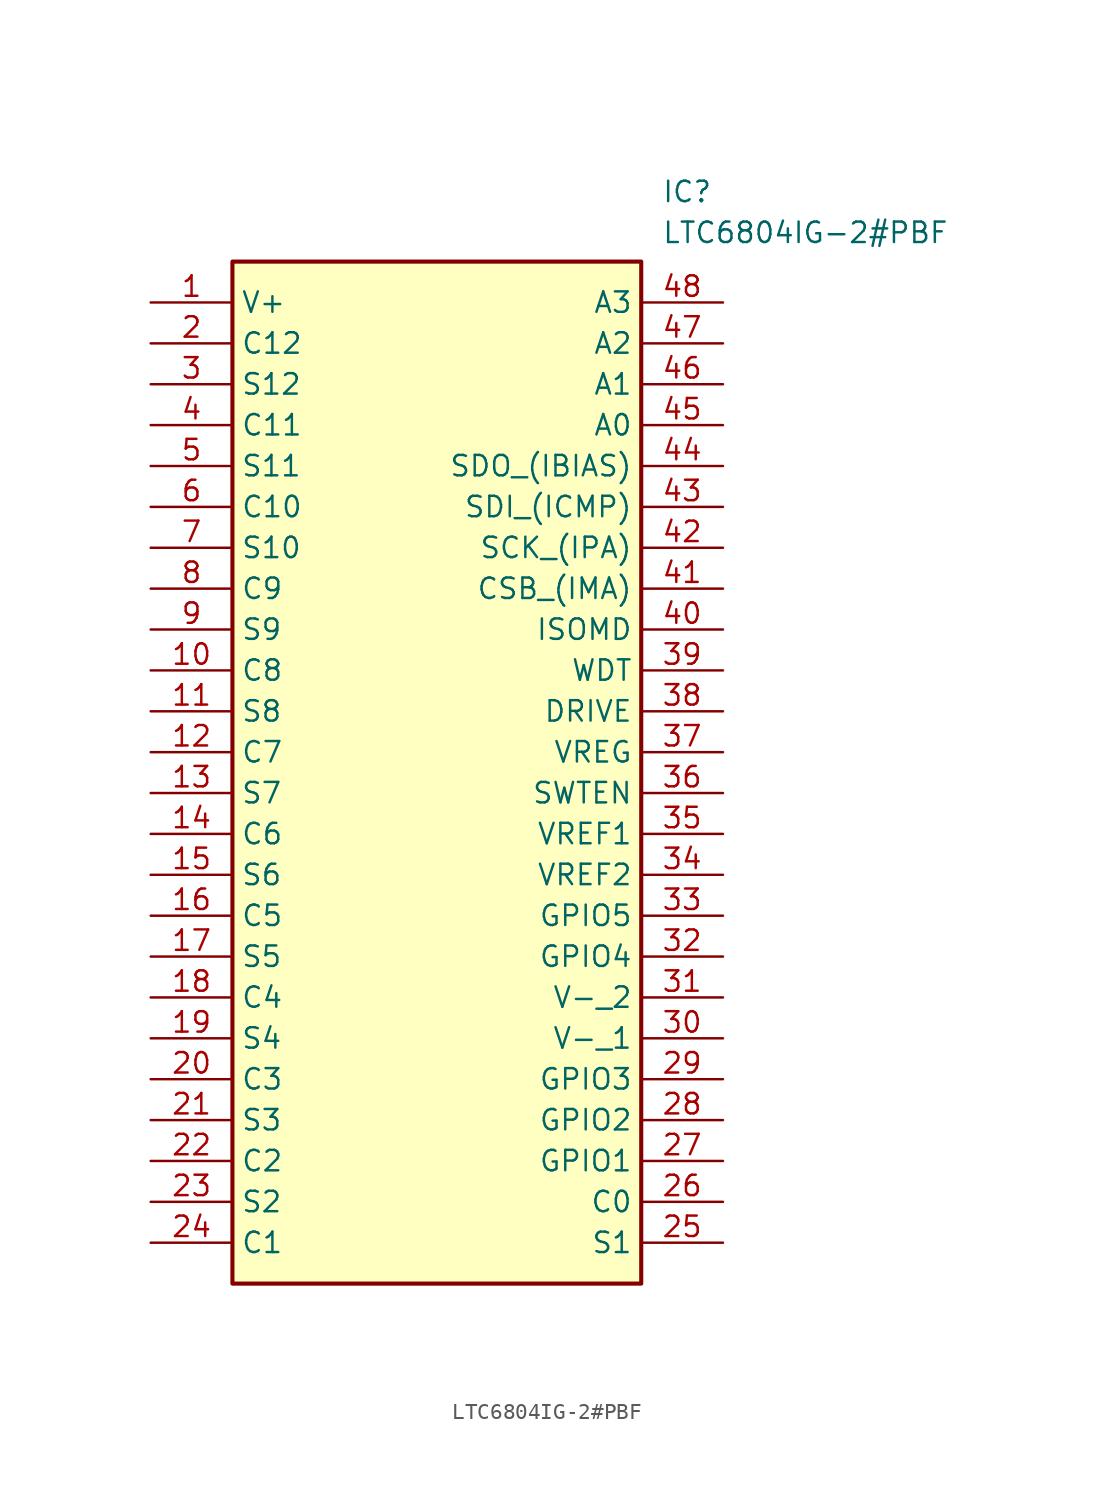
<source format=kicad_sym>
(kicad_symbol_lib
  (version 20211014)
  (generator SamacSys_ECAD_Model)
  (symbol "LTC6804IG-2#PBF"
    (property "Reference" "IC"
      (at 31.75 7.62 0)
      (effects (font (size 1.27 1.27)) (justify left top)))
    (property "Value" "LTC6804IG-2#PBF"
      (at 31.75 5.08 0)
      (effects (font (size 1.27 1.27)) (justify left top)))
    (rectangle
      (start 5.08 2.54)
      (end 30.48 -60.96)
      (stroke (width 0.254) (type default))
      (fill (type background)))
    (pin passive line
      (at 0 0 0)
      (length 5.08)
      (name "V+" (effects (font (size 1.27 1.27))))
      (number "1" (effects (font (size 1.27 1.27)))))
    (pin passive line
      (at 0 -2.54 0)
      (length 5.08)
      (name "C12" (effects (font (size 1.27 1.27))))
      (number "2" (effects (font (size 1.27 1.27)))))
    (pin passive line
      (at 0 -5.08 0)
      (length 5.08)
      (name "S12" (effects (font (size 1.27 1.27))))
      (number "3" (effects (font (size 1.27 1.27)))))
    (pin passive line
      (at 0 -7.62 0)
      (length 5.08)
      (name "C11" (effects (font (size 1.27 1.27))))
      (number "4" (effects (font (size 1.27 1.27)))))
    (pin passive line
      (at 0 -10.16 0)
      (length 5.08)
      (name "S11" (effects (font (size 1.27 1.27))))
      (number "5" (effects (font (size 1.27 1.27)))))
    (pin passive line
      (at 0 -12.7 0)
      (length 5.08)
      (name "C10" (effects (font (size 1.27 1.27))))
      (number "6" (effects (font (size 1.27 1.27)))))
    (pin passive line
      (at 0 -15.24 0)
      (length 5.08)
      (name "S10" (effects (font (size 1.27 1.27))))
      (number "7" (effects (font (size 1.27 1.27)))))
    (pin passive line
      (at 0 -17.78 0)
      (length 5.08)
      (name "C9" (effects (font (size 1.27 1.27))))
      (number "8" (effects (font (size 1.27 1.27)))))
    (pin passive line
      (at 0 -20.32 0)
      (length 5.08)
      (name "S9" (effects (font (size 1.27 1.27))))
      (number "9" (effects (font (size 1.27 1.27)))))
    (pin passive line
      (at 0 -22.86 0)
      (length 5.08)
      (name "C8" (effects (font (size 1.27 1.27))))
      (number "10" (effects (font (size 1.27 1.27)))))
    (pin passive line
      (at 0 -25.4 0)
      (length 5.08)
      (name "S8" (effects (font (size 1.27 1.27))))
      (number "11" (effects (font (size 1.27 1.27)))))
    (pin passive line
      (at 0 -27.94 0)
      (length 5.08)
      (name "C7" (effects (font (size 1.27 1.27))))
      (number "12" (effects (font (size 1.27 1.27)))))
    (pin passive line
      (at 0 -30.48 0)
      (length 5.08)
      (name "S7" (effects (font (size 1.27 1.27))))
      (number "13" (effects (font (size 1.27 1.27)))))
    (pin passive line
      (at 0 -33.02 0)
      (length 5.08)
      (name "C6" (effects (font (size 1.27 1.27))))
      (number "14" (effects (font (size 1.27 1.27)))))
    (pin passive line
      (at 0 -35.56 0)
      (length 5.08)
      (name "S6" (effects (font (size 1.27 1.27))))
      (number "15" (effects (font (size 1.27 1.27)))))
    (pin passive line
      (at 0 -38.1 0)
      (length 5.08)
      (name "C5" (effects (font (size 1.27 1.27))))
      (number "16" (effects (font (size 1.27 1.27)))))
    (pin passive line
      (at 0 -40.64 0)
      (length 5.08)
      (name "S5" (effects (font (size 1.27 1.27))))
      (number "17" (effects (font (size 1.27 1.27)))))
    (pin passive line
      (at 0 -43.18 0)
      (length 5.08)
      (name "C4" (effects (font (size 1.27 1.27))))
      (number "18" (effects (font (size 1.27 1.27)))))
    (pin passive line
      (at 0 -45.72 0)
      (length 5.08)
      (name "S4" (effects (font (size 1.27 1.27))))
      (number "19" (effects (font (size 1.27 1.27)))))
    (pin passive line
      (at 0 -48.26 0)
      (length 5.08)
      (name "C3" (effects (font (size 1.27 1.27))))
      (number "20" (effects (font (size 1.27 1.27)))))
    (pin passive line
      (at 0 -50.8 0)
      (length 5.08)
      (name "S3" (effects (font (size 1.27 1.27))))
      (number "21" (effects (font (size 1.27 1.27)))))
    (pin passive line
      (at 0 -53.34 0)
      (length 5.08)
      (name "C2" (effects (font (size 1.27 1.27))))
      (number "22" (effects (font (size 1.27 1.27)))))
    (pin passive line
      (at 0 -55.88 0)
      (length 5.08)
      (name "S2" (effects (font (size 1.27 1.27))))
      (number "23" (effects (font (size 1.27 1.27)))))
    (pin passive line
      (at 0 -58.42 0)
      (length 5.08)
      (name "C1" (effects (font (size 1.27 1.27))))
      (number "24" (effects (font (size 1.27 1.27)))))
    (pin passive line
      (at 35.56 0 180)
      (length 5.08)
      (name "A3" (effects (font (size 1.27 1.27))))
      (number "48" (effects (font (size 1.27 1.27)))))
    (pin passive line
      (at 35.56 -2.54 180)
      (length 5.08)
      (name "A2" (effects (font (size 1.27 1.27))))
      (number "47" (effects (font (size 1.27 1.27)))))
    (pin passive line
      (at 35.56 -5.08 180)
      (length 5.08)
      (name "A1" (effects (font (size 1.27 1.27))))
      (number "46" (effects (font (size 1.27 1.27)))))
    (pin passive line
      (at 35.56 -7.62 180)
      (length 5.08)
      (name "A0" (effects (font (size 1.27 1.27))))
      (number "45" (effects (font (size 1.27 1.27)))))
    (pin passive line
      (at 35.56 -10.16 180)
      (length 5.08)
      (name "SDO_(IBIAS)" (effects (font (size 1.27 1.27))))
      (number "44" (effects (font (size 1.27 1.27)))))
    (pin passive line
      (at 35.56 -12.7 180)
      (length 5.08)
      (name "SDI_(ICMP)" (effects (font (size 1.27 1.27))))
      (number "43" (effects (font (size 1.27 1.27)))))
    (pin passive line
      (at 35.56 -15.24 180)
      (length 5.08)
      (name "SCK_(IPA)" (effects (font (size 1.27 1.27))))
      (number "42" (effects (font (size 1.27 1.27)))))
    (pin passive line
      (at 35.56 -17.78 180)
      (length 5.08)
      (name "CSB_(IMA)" (effects (font (size 1.27 1.27))))
      (number "41" (effects (font (size 1.27 1.27)))))
    (pin passive line
      (at 35.56 -20.32 180)
      (length 5.08)
      (name "ISOMD" (effects (font (size 1.27 1.27))))
      (number "40" (effects (font (size 1.27 1.27)))))
    (pin passive line
      (at 35.56 -22.86 180)
      (length 5.08)
      (name "WDT" (effects (font (size 1.27 1.27))))
      (number "39" (effects (font (size 1.27 1.27)))))
    (pin passive line
      (at 35.56 -25.4 180)
      (length 5.08)
      (name "DRIVE" (effects (font (size 1.27 1.27))))
      (number "38" (effects (font (size 1.27 1.27)))))
    (pin passive line
      (at 35.56 -27.94 180)
      (length 5.08)
      (name "VREG" (effects (font (size 1.27 1.27))))
      (number "37" (effects (font (size 1.27 1.27)))))
    (pin passive line
      (at 35.56 -30.48 180)
      (length 5.08)
      (name "SWTEN" (effects (font (size 1.27 1.27))))
      (number "36" (effects (font (size 1.27 1.27)))))
    (pin passive line
      (at 35.56 -33.02 180)
      (length 5.08)
      (name "VREF1" (effects (font (size 1.27 1.27))))
      (number "35" (effects (font (size 1.27 1.27)))))
    (pin passive line
      (at 35.56 -35.56 180)
      (length 5.08)
      (name "VREF2" (effects (font (size 1.27 1.27))))
      (number "34" (effects (font (size 1.27 1.27)))))
    (pin passive line
      (at 35.56 -38.1 180)
      (length 5.08)
      (name "GPIO5" (effects (font (size 1.27 1.27))))
      (number "33" (effects (font (size 1.27 1.27)))))
    (pin passive line
      (at 35.56 -40.64 180)
      (length 5.08)
      (name "GPIO4" (effects (font (size 1.27 1.27))))
      (number "32" (effects (font (size 1.27 1.27)))))
    (pin passive line
      (at 35.56 -43.18 180)
      (length 5.08)
      (name "V-_2" (effects (font (size 1.27 1.27))))
      (number "31" (effects (font (size 1.27 1.27)))))
    (pin passive line
      (at 35.56 -45.72 180)
      (length 5.08)
      (name "V-_1" (effects (font (size 1.27 1.27))))
      (number "30" (effects (font (size 1.27 1.27)))))
    (pin passive line
      (at 35.56 -48.26 180)
      (length 5.08)
      (name "GPIO3" (effects (font (size 1.27 1.27))))
      (number "29" (effects (font (size 1.27 1.27)))))
    (pin passive line
      (at 35.56 -50.8 180)
      (length 5.08)
      (name "GPIO2" (effects (font (size 1.27 1.27))))
      (number "28" (effects (font (size 1.27 1.27)))))
    (pin passive line
      (at 35.56 -53.34 180)
      (length 5.08)
      (name "GPIO1" (effects (font (size 1.27 1.27))))
      (number "27" (effects (font (size 1.27 1.27)))))
    (pin passive line
      (at 35.56 -55.88 180)
      (length 5.08)
      (name "C0" (effects (font (size 1.27 1.27))))
      (number "26" (effects (font (size 1.27 1.27)))))
    (pin passive line
      (at 35.56 -58.42 180)
      (length 5.08)
      (name "S1" (effects (font (size 1.27 1.27))))
      (number "25" (effects (font (size 1.27 1.27)))))))
</source>
